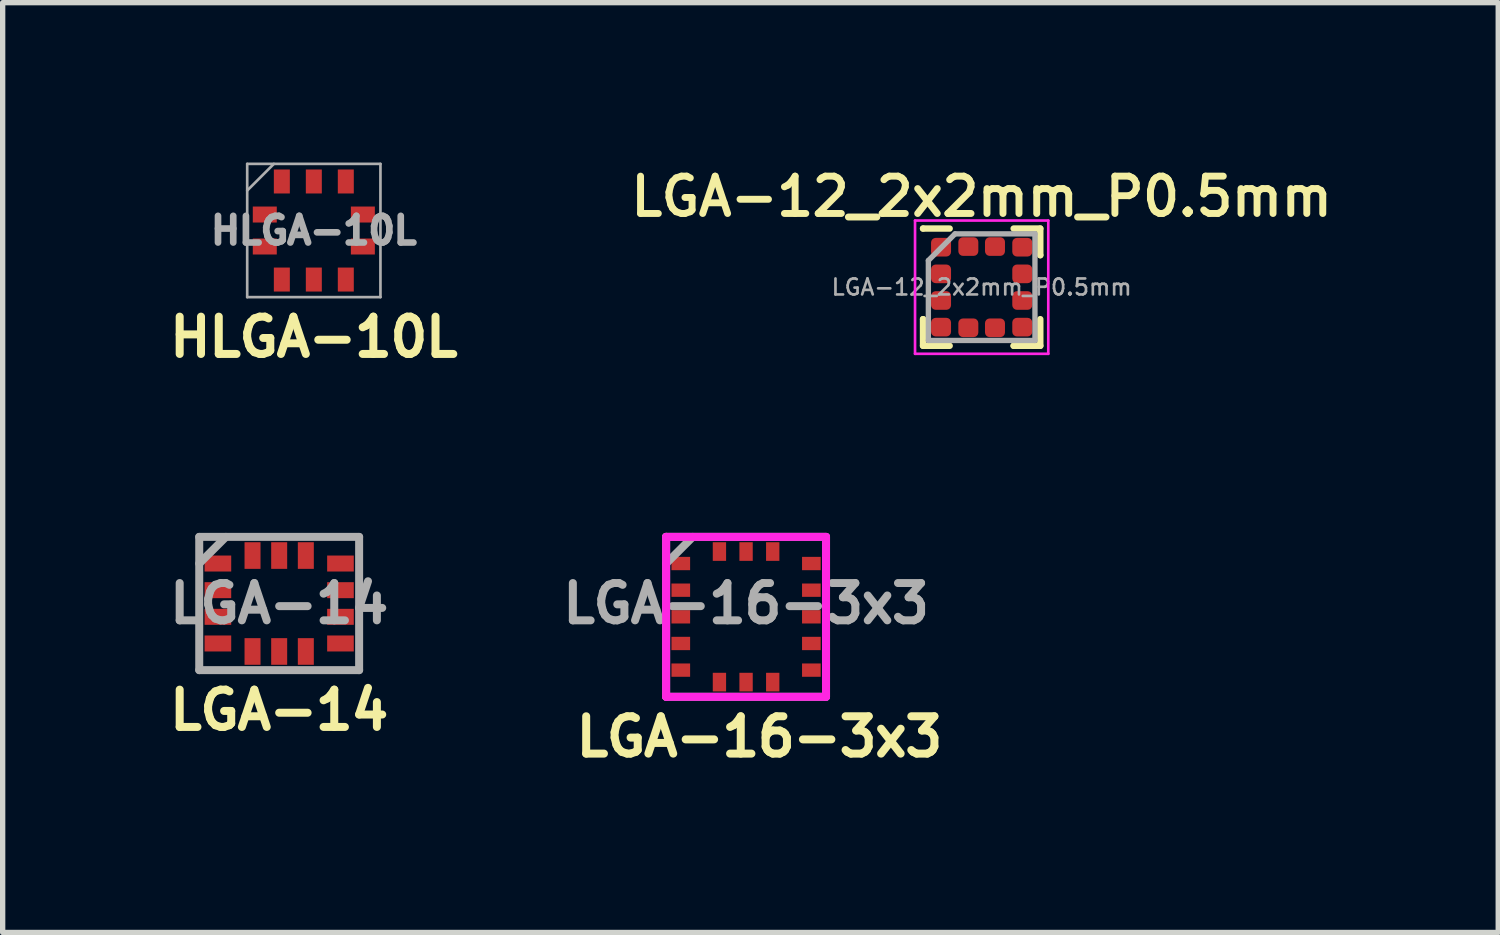
<source format=kicad_pcb>
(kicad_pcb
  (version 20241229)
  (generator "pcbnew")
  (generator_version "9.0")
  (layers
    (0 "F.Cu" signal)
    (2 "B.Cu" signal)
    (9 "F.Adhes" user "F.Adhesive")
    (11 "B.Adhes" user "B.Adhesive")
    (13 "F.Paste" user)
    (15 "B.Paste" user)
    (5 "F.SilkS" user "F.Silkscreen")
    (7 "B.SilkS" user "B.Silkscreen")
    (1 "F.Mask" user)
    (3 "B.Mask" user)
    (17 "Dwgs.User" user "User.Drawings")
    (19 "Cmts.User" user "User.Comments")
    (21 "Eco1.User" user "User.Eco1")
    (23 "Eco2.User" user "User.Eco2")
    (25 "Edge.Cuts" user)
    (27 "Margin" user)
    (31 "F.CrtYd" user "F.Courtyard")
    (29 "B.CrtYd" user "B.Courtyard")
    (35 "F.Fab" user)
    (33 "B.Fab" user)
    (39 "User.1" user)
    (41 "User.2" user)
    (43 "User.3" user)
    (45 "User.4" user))
  (footprint "LGA-12_2x2mm_P0.5mm"
    (layer "F.Cu")
    (at 15.368 2.338)
    (property "Reference" "LGA-12_2x2mm_P0.5mm" (at 0 -1.7 0) (layer "F.SilkS") (effects (font (size 0.7 0.7) (thickness 0.13))))
    (property "Value" "${VALUE}" (at 0 1.4 0) (layer "F.Fab") (hide yes) (effects (font (size 0.3 0.3) (thickness 0.05))))
    (attr smd)
    (fp_line (start -1.1 -1.1) (end -1.1 -1.1) (stroke (width 0.12) (type solid)) (layer "F.SilkS"))
    (fp_line (start -1.1 0.6) (end -1.1 0.6) (stroke (width 0.12) (type solid)) (layer "F.SilkS"))
    (fp_line (start -1.1 1.1) (end -1.1 0.6) (stroke (width 0.12) (type solid)) (layer "F.SilkS"))
    (fp_line (start -0.6 -1.1) (end -1.1 -1.1) (stroke (width 0.12) (type solid)) (layer "F.SilkS"))
    (fp_line (start -0.6 1.1) (end -1.1 1.1) (stroke (width 0.12) (type solid)) (layer "F.SilkS"))
    (fp_line (start 0.6 -1.1) (end 1.1 -1.1) (stroke (width 0.12) (type solid)) (layer "F.SilkS"))
    (fp_line (start 0.6 1.1) (end 0.6 1.1) (stroke (width 0.12) (type solid)) (layer "F.SilkS"))
    (fp_line (start 1.1 -1.1) (end 1.1 -0.6) (stroke (width 0.12) (type solid)) (layer "F.SilkS"))
    (fp_line (start 1.1 -0.6) (end 1.1 -0.6) (stroke (width 0.12) (type solid)) (layer "F.SilkS"))
    (fp_line (start 1.1 0.6) (end 1.1 1.1) (stroke (width 0.12) (type solid)) (layer "F.SilkS"))
    (fp_line (start 1.1 1.1) (end 0.6 1.1) (stroke (width 0.12) (type solid)) (layer "F.SilkS"))
    (fp_line (start -1.25 -1.25) (end 1.25 -1.25) (stroke (width 0.05) (type solid)) (layer "F.CrtYd"))
    (fp_line (start -1.25 1.25) (end -1.25 -1.25) (stroke (width 0.05) (type solid)) (layer "F.CrtYd"))
    (fp_line (start 1.25 -1.25) (end 1.25 1.25) (stroke (width 0.05) (type solid)) (layer "F.CrtYd"))
    (fp_line (start 1.25 1.25) (end -1.25 1.25) (stroke (width 0.05) (type solid)) (layer "F.CrtYd"))
    (fp_line (start -1 -0.5) (end -0.5 -1) (stroke (width 0.1) (type solid)) (layer "F.Fab"))
    (fp_line (start -1 1) (end -1 -0.5) (stroke (width 0.1) (type solid)) (layer "F.Fab"))
    (fp_line (start -0.5 -1) (end 1 -1) (stroke (width 0.1) (type solid)) (layer "F.Fab"))
    (fp_line (start 1 -1) (end 1 1) (stroke (width 0.1) (type solid)) (layer "F.Fab"))
    (fp_line (start 1 1) (end -1 1) (stroke (width 0.1) (type solid)) (layer "F.Fab"))
    (fp_text user "${REFERENCE}" (at 0 0 0) (layer "F.Fab") (effects (font (size 0.3 0.3) (thickness 0.05))))
    (pad "1" smd roundrect (at -0.762 -0.75) (size 0.375 0.35) (layers "F.Cu" "F.Mask" "F.Paste") (roundrect_rratio 0.25))
    (pad "2" smd roundrect (at -0.762 -0.25) (size 0.375 0.35) (layers "F.Cu" "F.Mask" "F.Paste") (roundrect_rratio 0.25))
    (pad "3" smd roundrect (at -0.762 0.25) (size 0.375 0.35) (layers "F.Cu" "F.Mask" "F.Paste") (roundrect_rratio 0.25))
    (pad "4" smd roundrect (at -0.762 0.75) (size 0.375 0.35) (layers "F.Cu" "F.Mask" "F.Paste") (roundrect_rratio 0.25))
    (pad "5" smd roundrect (at -0.25 0.762) (size 0.375 0.35) (layers "F.Cu" "F.Mask" "F.Paste") (roundrect_rratio 0.25))
    (pad "6" smd roundrect (at 0.25 0.762) (size 0.375 0.35) (layers "F.Cu" "F.Mask" "F.Paste") (roundrect_rratio 0.25))
    (pad "7" smd roundrect (at 0.762 0.75) (size 0.375 0.35) (layers "F.Cu" "F.Mask" "F.Paste") (roundrect_rratio 0.25))
    (pad "8" smd roundrect (at 0.762 0.25) (size 0.375 0.35) (layers "F.Cu" "F.Mask" "F.Paste") (roundrect_rratio 0.25))
    (pad "9" smd roundrect (at 0.762 -0.25) (size 0.375 0.35) (layers "F.Cu" "F.Mask" "F.Paste") (roundrect_rratio 0.25))
    (pad "10" smd roundrect (at 0.762 -0.75) (size 0.375 0.35) (layers "F.Cu" "F.Mask" "F.Paste") (roundrect_rratio 0.25))
    (pad "11" smd roundrect (at 0.25 -0.762) (size 0.375 0.35) (layers "F.Cu" "F.Mask" "F.Paste") (roundrect_rratio 0.25))
    (pad "12" smd roundrect (at -0.25 -0.762) (size 0.375 0.35) (layers "F.Cu" "F.Mask" "F.Paste") (roundrect_rratio 0.25)))
  (footprint "LGA-16-3x3"
    (layer "F.Cu")
    (at 10.948 8.523)
    (property "Reference" "LGA-16-3x3" (at 0.25 2.25 0) (layer "F.SilkS") (effects (font (size 0.7 0.7) (thickness 0.15))))
    (attr through_hole)
    (fp_line (start -1.5 -1.5) (end -1.5 -1.49) (stroke (width 0.15) (type solid)) (layer "F.SilkS"))
    (fp_line (start -1.5 -1.5) (end -1.5 1.5) (stroke (width 0.15) (type solid)) (layer "F.CrtYd"))
    (fp_line (start -1.5 1.5) (end 1.5 1.5) (stroke (width 0.15) (type solid)) (layer "F.CrtYd"))
    (fp_line (start 1.5 -1.5) (end -1.5 -1.5) (stroke (width 0.15) (type solid)) (layer "F.CrtYd"))
    (fp_line (start 1.5 1.5) (end 1.5 -1.5) (stroke (width 0.15) (type solid)) (layer "F.CrtYd"))
    (fp_line (start -1.5 -1.5) (end -1.5 1.5) (stroke (width 0.15) (type solid)) (layer "F.Fab"))
    (fp_line (start -1.5 -1) (end -1 -1.5) (stroke (width 0.15) (type solid)) (layer "F.Fab"))
    (fp_line (start -1.5 1.5) (end 1.5 1.5) (stroke (width 0.15) (type solid)) (layer "F.Fab"))
    (fp_line (start 1.5 -1.5) (end -1.5 -1.5) (stroke (width 0.15) (type solid)) (layer "F.Fab"))
    (fp_line (start 1.5 1.5) (end 1.5 -1.5) (stroke (width 0.15) (type solid)) (layer "F.Fab"))
    (fp_text user "${REFERENCE}" (at 0 -0.25 0) (layer "F.Fab") (effects (font (size 0.7 0.7) (thickness 0.15))))
    (pad "1" smd rect (at -1.225 -1) (size 0.35 0.25) (layers "F.Cu" "F.Mask" "F.Paste"))
    (pad "2" smd rect (at -1.225 -0.5) (size 0.35 0.25) (layers "F.Cu" "F.Mask" "F.Paste"))
    (pad "3" smd rect (at -1.225 0) (size 0.35 0.25) (layers "F.Cu" "F.Mask" "F.Paste"))
    (pad "4" smd rect (at -1.225 0.5) (size 0.35 0.25) (layers "F.Cu" "F.Mask" "F.Paste"))
    (pad "5" smd rect (at -1.225 1) (size 0.35 0.25) (layers "F.Cu" "F.Mask" "F.Paste"))
    (pad "6" smd rect (at -0.5 1.225 90) (size 0.35 0.25) (layers "F.Cu" "F.Mask" "F.Paste"))
    (pad "7" smd rect (at 0 1.225 90) (size 0.35 0.25) (layers "F.Cu" "F.Mask" "F.Paste"))
    (pad "8" smd rect (at 0.5 1.225 90) (size 0.35 0.25) (layers "F.Cu" "F.Mask" "F.Paste"))
    (pad "9" smd rect (at 1.225 1) (size 0.35 0.25) (layers "F.Cu" "F.Mask" "F.Paste"))
    (pad "10" smd rect (at 1.225 0.5) (size 0.35 0.25) (layers "F.Cu" "F.Mask" "F.Paste"))
    (pad "11" smd rect (at 1.225 0) (size 0.35 0.25) (layers "F.Cu" "F.Mask" "F.Paste"))
    (pad "12" smd rect (at 1.225 -0.5) (size 0.35 0.25) (layers "F.Cu" "F.Mask" "F.Paste"))
    (pad "13" smd rect (at 1.225 -1) (size 0.35 0.25) (layers "F.Cu" "F.Mask" "F.Paste"))
    (pad "14" smd rect (at 0.5 -1.225 90) (size 0.35 0.25) (layers "F.Cu" "F.Mask" "F.Paste"))
    (pad "15" smd rect (at 0 -1.225 90) (size 0.35 0.25) (layers "F.Cu" "F.Mask" "F.Paste"))
    (pad "16" smd rect (at -0.5 -1.225 90) (size 0.35 0.25) (layers "F.Cu" "F.Mask" "F.Paste")))
  (footprint "HLGA-10L"
    (layer "F.Cu")
    (at 2.838 1.275)
    (property "Reference" "HLGA-10L" (at 0 2 0) (layer "F.SilkS") (effects (font (size 0.7 0.7) (thickness 0.15))))
    (attr through_hole)
    (fp_line (start -1.25 -1.25) (end -1.25 1.25) (stroke (width 0.05) (type solid)) (layer "F.Fab"))
    (fp_line (start -1.25 -0.75) (end -0.75 -1.25) (stroke (width 0.05) (type solid)) (layer "F.Fab"))
    (fp_line (start -1.25 1.25) (end 1.25 1.25) (stroke (width 0.05) (type solid)) (layer "F.Fab"))
    (fp_line (start 1.25 -1.25) (end -1.25 -1.25) (stroke (width 0.05) (type solid)) (layer "F.Fab"))
    (fp_line (start 1.25 1.25) (end 1.25 -1.25) (stroke (width 0.05) (type solid)) (layer "F.Fab"))
    (fp_text user "${REFERENCE}" (at 0 0 0) (layer "F.Fab") (effects (font (size 0.5 0.5) (thickness 0.125))))
    (pad "1" smd rect (at -0.92 -0.3) (size 0.45 0.3) (layers "F.Cu" "F.Mask" "F.Paste"))
    (pad "2" smd rect (at -0.92 0.3) (size 0.45 0.3) (layers "F.Cu" "F.Mask" "F.Paste"))
    (pad "3" smd rect (at -0.6 0.92 90) (size 0.45 0.3) (layers "F.Cu" "F.Mask" "F.Paste"))
    (pad "4" smd rect (at 0 0.92 90) (size 0.45 0.3) (layers "F.Cu" "F.Mask" "F.Paste"))
    (pad "5" smd rect (at 0.6 0.92 90) (size 0.45 0.3) (layers "F.Cu" "F.Mask" "F.Paste"))
    (pad "6" smd rect (at 0.92 0.3) (size 0.45 0.3) (layers "F.Cu" "F.Mask" "F.Paste"))
    (pad "7" smd rect (at 0.92 -0.3) (size 0.45 0.3) (layers "F.Cu" "F.Mask" "F.Paste"))
    (pad "8" smd rect (at 0.6 -0.92 90) (size 0.45 0.3) (layers "F.Cu" "F.Mask" "F.Paste"))
    (pad "9" smd rect (at 0 -0.92 90) (size 0.45 0.3) (layers "F.Cu" "F.Mask" "F.Paste"))
    (pad "10" smd rect (at -0.6 -0.92 90) (size 0.45 0.3) (layers "F.Cu" "F.Mask" "F.Paste")))
  (footprint "LGA-14"
    (layer "F.Cu")
    (at 2.188 8.273)
    (property "Reference" "LGA-14" (at 0 2 0) (layer "F.SilkS") (effects (font (size 0.7 0.7) (thickness 0.15))))
    (attr through_hole)
    (fp_line (start -1.5 -1.25) (end -1.5 1.25) (stroke (width 0.15) (type solid)) (layer "F.Fab"))
    (fp_line (start -1.5 -0.75) (end -1 -1.25) (stroke (width 0.15) (type solid)) (layer "F.Fab"))
    (fp_line (start -1.5 1.25) (end 1.5 1.25) (stroke (width 0.15) (type solid)) (layer "F.Fab"))
    (fp_line (start 1.5 -1.25) (end -1.5 -1.25) (stroke (width 0.15) (type solid)) (layer "F.Fab"))
    (fp_line (start 1.5 1.25) (end 1.5 -1.25) (stroke (width 0.15) (type solid)) (layer "F.Fab"))
    (fp_text user "${REFERENCE}" (at 0 0 0) (layer "F.Fab") (effects (font (size 0.7 0.7) (thickness 0.15))))
    (pad "1" smd rect (at -1.15 -0.75) (size 0.5 0.3) (layers "F.Cu" "F.Mask" "F.Paste"))
    (pad "2" smd rect (at -1.15 -0.25) (size 0.5 0.3) (layers "F.Cu" "F.Mask" "F.Paste"))
    (pad "3" smd rect (at -1.15 0.25) (size 0.5 0.3) (layers "F.Cu" "F.Mask" "F.Paste"))
    (pad "4" smd rect (at -1.15 0.75) (size 0.5 0.3) (layers "F.Cu" "F.Mask" "F.Paste"))
    (pad "5" smd rect (at -0.5 0.9 90) (size 0.5 0.3) (layers "F.Cu" "F.Mask" "F.Paste"))
    (pad "6" smd rect (at 0 0.9 90) (size 0.5 0.3) (layers "F.Cu" "F.Mask" "F.Paste"))
    (pad "7" smd rect (at 0.5 0.9 90) (size 0.5 0.3) (layers "F.Cu" "F.Mask" "F.Paste"))
    (pad "8" smd rect (at 1.15 0.75) (size 0.5 0.3) (layers "F.Cu" "F.Mask" "F.Paste"))
    (pad "9" smd rect (at 1.15 0.25) (size 0.5 0.3) (layers "F.Cu" "F.Mask" "F.Paste"))
    (pad "10" smd rect (at 1.15 -0.25) (size 0.5 0.3) (layers "F.Cu" "F.Mask" "F.Paste"))
    (pad "11" smd rect (at 1.15 -0.75) (size 0.5 0.3) (layers "F.Cu" "F.Mask" "F.Paste"))
    (pad "12" smd rect (at 0.5 -0.9 90) (size 0.5 0.3) (layers "F.Cu" "F.Mask" "F.Paste"))
    (pad "13" smd rect (at 0 -0.9 90) (size 0.5 0.3) (layers "F.Cu" "F.Mask" "F.Paste"))
    (pad "14" smd rect (at -0.5 -0.9 90) (size 0.5 0.3) (layers "F.Cu" "F.Mask" "F.Paste")))
  (gr_rect
    (start -3 -3)
    (end 25.06 14.445)
    (stroke (width 0.1) (type default))
    (fill no)
    (layer "Edge.Cuts")))
</source>
